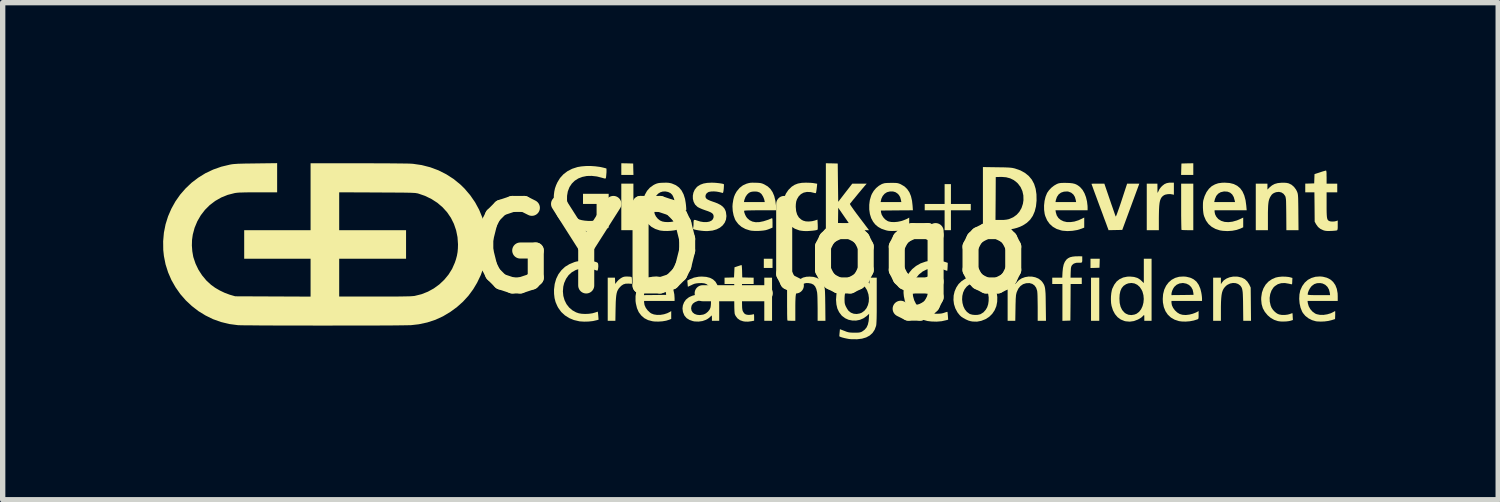
<source format=kicad_pcb>
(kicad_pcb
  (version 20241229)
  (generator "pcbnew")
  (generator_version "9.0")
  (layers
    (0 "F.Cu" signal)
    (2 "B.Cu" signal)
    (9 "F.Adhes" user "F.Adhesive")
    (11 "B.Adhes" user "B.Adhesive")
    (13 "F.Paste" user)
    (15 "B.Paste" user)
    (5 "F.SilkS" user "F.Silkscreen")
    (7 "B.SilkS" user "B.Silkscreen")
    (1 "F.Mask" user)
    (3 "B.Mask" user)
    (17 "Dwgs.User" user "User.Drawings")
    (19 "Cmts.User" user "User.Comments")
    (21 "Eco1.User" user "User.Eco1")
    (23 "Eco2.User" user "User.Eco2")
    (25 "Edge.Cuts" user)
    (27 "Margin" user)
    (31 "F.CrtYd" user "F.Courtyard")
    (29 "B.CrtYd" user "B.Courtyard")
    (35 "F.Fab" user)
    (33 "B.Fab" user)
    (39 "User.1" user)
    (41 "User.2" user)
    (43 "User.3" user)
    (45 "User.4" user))
  (footprint "GYD_logo"
    (layer "F.Cu")
    (at 10.957 1.597)
    (property "Reference" "GYD_logo" (at 0 0 0) (layer "F.SilkS") (effects (font (size 1.524 1.524) (thickness 0.3))))
    (attr board_only exclude_from_pos_files exclude_from_bom)
    (fp_poly (pts (xy -2.166 -0.344) (xy -2.392 -0.344) (xy -2.392 -1.214) (xy -2.166 -1.214)) (stroke (width 0) (type solid)) (fill yes) (layer "F.SilkS"))
    (fp_poly (pts (xy 0.426 1.35) (xy 0.281 1.35) (xy 0.281 0.544) (xy 0.426 0.544)) (stroke (width 0) (type solid)) (fill yes) (layer "F.SilkS"))
    (fp_poly (pts (xy 0.435 0.362) (xy 0.272 0.362) (xy 0.272 0.19) (xy 0.435 0.19)) (stroke (width 0) (type solid)) (fill yes) (layer "F.SilkS"))
    (fp_poly (pts (xy 6.543 1.35) (xy 6.389 1.35) (xy 6.389 0.544) (xy 6.543 0.544)) (stroke (width 0) (type solid)) (fill yes) (layer "F.SilkS"))
    (fp_poly (pts (xy -2.281 -1.593) (xy -2.17 -1.59) (xy -2.168 -1.484) (xy -2.165 -1.377) (xy -2.392 -1.377) (xy -2.392 -1.595)) (stroke (width 0) (type solid)) (fill yes) (layer "F.SilkS"))
    (fp_poly (pts (xy 6.55 0.274) (xy 6.547 0.358) (xy 6.463 0.361) (xy 6.379 0.363) (xy 6.379 0.19) (xy 6.552 0.19)) (stroke (width 0) (type solid)) (fill yes) (layer "F.SilkS"))
    (fp_poly (pts (xy 8.301 -1.377) (xy 8.073 -1.377) (xy 8.076 -1.484) (xy 8.079 -1.59) (xy 8.19 -1.593) (xy 8.301 -1.595)) (stroke (width 0) (type solid)) (fill yes) (layer "F.SilkS"))
    (fp_poly (pts (xy 3.77 -0.834) (xy 4.141 -0.834) (xy 4.141 -0.716) (xy 3.77 -0.716) (xy 3.77 -0.344) (xy 3.652 -0.344) (xy 3.652 -0.716) (xy 3.28 -0.716) (xy 3.28 -0.834) (xy 3.652 -0.834) (xy 3.652 -1.205) (xy 3.77 -1.205)) (stroke (width 0) (type solid)) (fill yes) (layer "F.SilkS"))
    (fp_poly (pts (xy 8.301 -0.344) (xy 8.193 -0.344) (xy 8.151 -0.345) (xy 8.115 -0.346) (xy 8.09 -0.348) (xy 8.08 -0.35) (xy 8.079 -0.36) (xy 8.078 -0.387) (xy 8.077 -0.428) (xy 8.076 -0.481) (xy 8.075 -0.546) (xy 8.074 -0.619) (xy 8.074 -0.7) (xy 8.074 -0.785) (xy 8.074 -1.214) (xy 8.301 -1.214)) (stroke (width 0) (type solid)) (fill yes) (layer "F.SilkS"))
    (fp_poly (pts (xy 7.938 -1.006) (xy 7.913 -1.012) (xy 7.869 -1.019) (xy 7.822 -1.017) (xy 7.78 -1.009) (xy 7.754 -0.998) (xy 7.729 -0.98) (xy 7.708 -0.958) (xy 7.692 -0.93) (xy 7.679 -0.895) (xy 7.67 -0.851) (xy 7.664 -0.796) (xy 7.66 -0.727) (xy 7.658 -0.644) (xy 7.657 -0.573) (xy 7.657 -0.344) (xy 7.431 -0.344) (xy 7.431 -1.214) (xy 7.63 -1.214) (xy 7.631 -1.121) (xy 7.631 -1.081) (xy 7.632 -1.056) (xy 7.634 -1.045) (xy 7.638 -1.046) (xy 7.642 -1.056) (xy 7.666 -1.107) (xy 7.697 -1.149) (xy 7.721 -1.173) (xy 7.762 -1.205) (xy 7.803 -1.223) (xy 7.851 -1.232) (xy 7.879 -1.232) (xy 7.938 -1.232)) (stroke (width 0) (type solid)) (fill yes) (layer "F.SilkS"))
    (fp_poly (pts (xy -2.244 0.524) (xy -2.217 0.527) (xy -2.203 0.53) (xy -2.202 0.53) (xy -2.197 0.541) (xy -2.194 0.566) (xy -2.193 0.597) (xy -2.193 0.659) (xy -2.255 0.655) (xy -2.31 0.656) (xy -2.355 0.67) (xy -2.396 0.698) (xy -2.423 0.727) (xy -2.443 0.751) (xy -2.458 0.777) (xy -2.471 0.806) (xy -2.48 0.84) (xy -2.487 0.882) (xy -2.492 0.935) (xy -2.496 1) (xy -2.498 1.08) (xy -2.499 1.117) (xy -2.503 1.35) (xy -2.646 1.35) (xy -2.646 0.544) (xy -2.511 0.544) (xy -2.508 0.603) (xy -2.506 0.662) (xy -2.474 0.619) (xy -2.443 0.586) (xy -2.405 0.557) (xy -2.393 0.549) (xy -2.364 0.534) (xy -2.339 0.526) (xy -2.31 0.523) (xy -2.277 0.523)) (stroke (width 0) (type solid)) (fill yes) (layer "F.SilkS"))
    (fp_poly (pts (xy 1.543 -1.593) (xy 1.654 -1.59) (xy 1.658 -1.232) (xy 1.663 -0.874) (xy 1.794 -1.044) (xy 1.926 -1.214) (xy 2.061 -1.214) (xy 2.196 -1.214) (xy 2.178 -1.194) (xy 2.164 -1.178) (xy 2.142 -1.152) (xy 2.113 -1.118) (xy 2.08 -1.078) (xy 2.044 -1.035) (xy 2.008 -0.991) (xy 1.973 -0.948) (xy 1.94 -0.909) (xy 1.914 -0.876) (xy 1.894 -0.852) (xy 1.883 -0.838) (xy 1.882 -0.836) (xy 1.885 -0.826) (xy 1.899 -0.802) (xy 1.924 -0.766) (xy 1.958 -0.718) (xy 2.001 -0.659) (xy 2.053 -0.59) (xy 2.057 -0.585) (xy 2.239 -0.344) (xy 1.951 -0.344) (xy 1.807 -0.554) (xy 1.663 -0.763) (xy 1.66 -0.554) (xy 1.658 -0.344) (xy 1.432 -0.344) (xy 1.432 -1.595)) (stroke (width 0) (type solid)) (fill yes) (layer "F.SilkS"))
    (fp_poly (pts (xy 6.178 0.144) (xy 6.225 0.145) (xy 6.225 0.194) (xy 6.225 0.23) (xy 6.221 0.252) (xy 6.211 0.262) (xy 6.192 0.265) (xy 6.169 0.264) (xy 6.112 0.266) (xy 6.067 0.281) (xy 6.035 0.308) (xy 6.033 0.311) (xy 6.024 0.326) (xy 6.018 0.343) (xy 6.013 0.367) (xy 6.011 0.4) (xy 6.009 0.442) (xy 6.006 0.544) (xy 6.216 0.544) (xy 6.216 0.662) (xy 6.008 0.662) (xy 6.006 1.004) (xy 6.003 1.346) (xy 5.854 1.351) (xy 5.854 0.662) (xy 5.664 0.662) (xy 5.664 0.544) (xy 5.851 0.544) (xy 5.856 0.442) (xy 5.864 0.363) (xy 5.878 0.298) (xy 5.899 0.248) (xy 5.928 0.208) (xy 5.931 0.204) (xy 5.961 0.18) (xy 5.997 0.162) (xy 6.042 0.151) (xy 6.098 0.145) (xy 6.169 0.144)) (stroke (width 0) (type solid)) (fill yes) (layer "F.SilkS"))
    (fp_poly (pts (xy 6.741 -0.913) (xy 6.765 -0.842) (xy 6.788 -0.777) (xy 6.808 -0.719) (xy 6.825 -0.67) (xy 6.838 -0.632) (xy 6.847 -0.608) (xy 6.851 -0.599) (xy 6.855 -0.604) (xy 6.865 -0.625) (xy 6.879 -0.662) (xy 6.897 -0.713) (xy 6.92 -0.777) (xy 6.946 -0.854) (xy 6.961 -0.9) (xy 7.064 -1.214) (xy 7.178 -1.214) (xy 7.292 -1.214) (xy 6.973 -0.349) (xy 6.717 -0.344) (xy 6.708 -0.369) (xy 6.703 -0.382) (xy 6.692 -0.411) (xy 6.677 -0.453) (xy 6.657 -0.507) (xy 6.633 -0.57) (xy 6.607 -0.642) (xy 6.578 -0.72) (xy 6.548 -0.8) (xy 6.518 -0.881) (xy 6.49 -0.957) (xy 6.464 -1.027) (xy 6.442 -1.087) (xy 6.424 -1.137) (xy 6.41 -1.176) (xy 6.401 -1.2) (xy 6.398 -1.21) (xy 6.398 -1.21) (xy 6.406 -1.212) (xy 6.429 -1.213) (xy 6.464 -1.214) (xy 6.507 -1.214) (xy 6.518 -1.214) (xy 6.638 -1.214)) (stroke (width 0) (type solid)) (fill yes) (layer "F.SilkS"))
    (fp_poly (pts (xy 9.138 0.526) (xy 9.208 0.543) (xy 9.265 0.572) (xy 9.311 0.616) (xy 9.348 0.673) (xy 9.351 0.68) (xy 9.374 0.729) (xy 9.38 1.35) (xy 9.235 1.35) (xy 9.232 1.072) (xy 9.231 0.985) (xy 9.229 0.914) (xy 9.227 0.858) (xy 9.224 0.813) (xy 9.219 0.778) (xy 9.213 0.751) (xy 9.205 0.73) (xy 9.195 0.713) (xy 9.183 0.697) (xy 9.177 0.69) (xy 9.139 0.662) (xy 9.093 0.646) (xy 9.042 0.643) (xy 8.99 0.653) (xy 8.941 0.676) (xy 8.915 0.695) (xy 8.889 0.722) (xy 8.868 0.75) (xy 8.851 0.783) (xy 8.838 0.823) (xy 8.829 0.871) (xy 8.823 0.93) (xy 8.819 1.001) (xy 8.817 1.088) (xy 8.817 1.135) (xy 8.817 1.35) (xy 8.672 1.35) (xy 8.672 0.544) (xy 8.817 0.544) (xy 8.817 0.605) (xy 8.817 0.666) (xy 8.834 0.638) (xy 8.87 0.595) (xy 8.92 0.561) (xy 8.979 0.537) (xy 9.045 0.524) (xy 9.115 0.524)) (stroke (width 0) (type solid)) (fill yes) (layer "F.SilkS"))
    (fp_poly (pts (xy 5.285 0.524) (xy 5.348 0.537) (xy 5.406 0.561) (xy 5.455 0.598) (xy 5.479 0.625) (xy 5.494 0.648) (xy 5.507 0.669) (xy 5.517 0.692) (xy 5.525 0.719) (xy 5.531 0.751) (xy 5.535 0.791) (xy 5.539 0.841) (xy 5.541 0.903) (xy 5.542 0.98) (xy 5.543 1.058) (xy 5.547 1.35) (xy 5.392 1.35) (xy 5.392 1.092) (xy 5.391 1.017) (xy 5.39 0.948) (xy 5.389 0.888) (xy 5.387 0.84) (xy 5.384 0.805) (xy 5.382 0.789) (xy 5.363 0.732) (xy 5.332 0.689) (xy 5.291 0.66) (xy 5.241 0.646) (xy 5.238 0.645) (xy 5.175 0.648) (xy 5.118 0.666) (xy 5.07 0.7) (xy 5.03 0.749) (xy 5.002 0.81) (xy 5.001 0.812) (xy 4.995 0.833) (xy 4.99 0.853) (xy 4.986 0.877) (xy 4.984 0.905) (xy 4.981 0.942) (xy 4.98 0.989) (xy 4.978 1.049) (xy 4.977 1.112) (xy 4.973 1.35) (xy 4.83 1.35) (xy 4.83 0.544) (xy 4.975 0.544) (xy 4.975 0.665) (xy 4.997 0.635) (xy 5.041 0.59) (xy 5.094 0.556) (xy 5.155 0.534) (xy 5.22 0.523)) (stroke (width 0) (type solid)) (fill yes) (layer "F.SilkS"))
    (fp_poly (pts (xy -0.141 0.317) (xy -0.138 0.34) (xy -0.136 0.374) (xy -0.134 0.417) (xy -0.134 0.424) (xy -0.131 0.539) (xy -0.025 0.542) (xy 0.082 0.544) (xy 0.082 0.662) (xy -0.136 0.662) (xy -0.136 0.899) (xy -0.136 0.972) (xy -0.135 1.03) (xy -0.134 1.074) (xy -0.133 1.107) (xy -0.13 1.131) (xy -0.127 1.15) (xy -0.123 1.164) (xy -0.118 1.175) (xy -0.095 1.211) (xy -0.064 1.232) (xy -0.021 1.24) (xy 0.008 1.239) (xy 0.039 1.236) (xy 0.065 1.231) (xy 0.075 1.228) (xy 0.083 1.226) (xy 0.088 1.232) (xy 0.09 1.249) (xy 0.091 1.28) (xy 0.091 1.285) (xy 0.091 1.348) (xy 0.039 1.358) (xy -0.021 1.366) (xy -0.078 1.365) (xy -0.116 1.359) (xy -0.173 1.339) (xy -0.22 1.305) (xy -0.255 1.259) (xy -0.271 1.224) (xy -0.274 1.204) (xy -0.277 1.165) (xy -0.279 1.109) (xy -0.28 1.037) (xy -0.281 0.947) (xy -0.281 0.927) (xy -0.281 0.662) (xy -0.462 0.662) (xy -0.462 0.544) (xy -0.374 0.542) (xy -0.285 0.539) (xy -0.276 0.35) (xy -0.213 0.329) (xy -0.182 0.319) (xy -0.157 0.311) (xy -0.144 0.308) (xy -0.143 0.308)) (stroke (width 0) (type solid)) (fill yes) (layer "F.SilkS"))
    (fp_poly (pts (xy 10.786 -1.453) (xy 10.79 -1.435) (xy 10.792 -1.404) (xy 10.792 -1.356) (xy 10.793 -1.337) (xy 10.793 -1.214) (xy 10.992 -1.214) (xy 10.992 -1.051) (xy 10.793 -1.051) (xy 10.793 -0.82) (xy 10.793 -0.74) (xy 10.794 -0.677) (xy 10.796 -0.627) (xy 10.799 -0.59) (xy 10.804 -0.563) (xy 10.811 -0.543) (xy 10.821 -0.529) (xy 10.833 -0.52) (xy 10.839 -0.516) (xy 10.865 -0.508) (xy 10.9 -0.505) (xy 10.938 -0.507) (xy 10.971 -0.514) (xy 10.976 -0.516) (xy 11.001 -0.525) (xy 11.001 -0.436) (xy 11.001 -0.394) (xy 10.999 -0.367) (xy 10.995 -0.351) (xy 10.99 -0.342) (xy 10.985 -0.34) (xy 10.97 -0.337) (xy 10.941 -0.334) (xy 10.903 -0.331) (xy 10.874 -0.33) (xy 10.825 -0.328) (xy 10.79 -0.33) (xy 10.761 -0.334) (xy 10.734 -0.342) (xy 10.732 -0.342) (xy 10.676 -0.369) (xy 10.633 -0.404) (xy 10.599 -0.451) (xy 10.597 -0.454) (xy 10.57 -0.503) (xy 10.568 -0.777) (xy 10.565 -1.051) (xy 10.394 -1.051) (xy 10.394 -1.214) (xy 10.478 -1.216) (xy 10.561 -1.219) (xy 10.564 -1.305) (xy 10.567 -1.392) (xy 10.669 -1.425) (xy 10.71 -1.439) (xy 10.745 -1.449) (xy 10.77 -1.456) (xy 10.782 -1.459)) (stroke (width 0) (type solid)) (fill yes) (layer "F.SilkS"))
    (fp_poly (pts (xy 10.025 0.525) (xy 10.085 0.531) (xy 10.108 0.536) (xy 10.154 0.549) (xy 10.151 0.607) (xy 10.15 0.637) (xy 10.148 0.659) (xy 10.146 0.668) (xy 10.136 0.667) (xy 10.114 0.663) (xy 10.09 0.657) (xy 10.013 0.644) (xy 9.943 0.647) (xy 9.881 0.666) (xy 9.827 0.701) (xy 9.8 0.727) (xy 9.763 0.784) (xy 9.739 0.85) (xy 9.728 0.921) (xy 9.731 0.994) (xy 9.747 1.065) (xy 9.764 1.106) (xy 9.791 1.146) (xy 9.827 1.184) (xy 9.866 1.214) (xy 9.903 1.231) (xy 9.953 1.24) (xy 10.011 1.241) (xy 10.067 1.234) (xy 10.105 1.224) (xy 10.131 1.214) (xy 10.149 1.208) (xy 10.154 1.208) (xy 10.156 1.217) (xy 10.158 1.24) (xy 10.159 1.271) (xy 10.159 1.272) (xy 10.163 1.335) (xy 10.127 1.347) (xy 10.089 1.356) (xy 10.039 1.362) (xy 9.985 1.364) (xy 9.933 1.363) (xy 9.89 1.357) (xy 9.886 1.357) (xy 9.814 1.333) (xy 9.75 1.297) (xy 9.691 1.247) (xy 9.638 1.183) (xy 9.6 1.114) (xy 9.578 1.038) (xy 9.57 0.953) (xy 9.571 0.912) (xy 9.584 0.823) (xy 9.612 0.744) (xy 9.653 0.674) (xy 9.707 0.616) (xy 9.773 0.571) (xy 9.84 0.542) (xy 9.895 0.53) (xy 9.959 0.524)) (stroke (width 0) (type solid)) (fill yes) (layer "F.SilkS"))
    (fp_poly (pts (xy 10.044 -1.228) (xy 10.077 -1.221) (xy 10.087 -1.218) (xy 10.138 -1.193) (xy 10.184 -1.153) (xy 10.222 -1.102) (xy 10.241 -1.064) (xy 10.246 -1.05) (xy 10.251 -1.036) (xy 10.254 -1.02) (xy 10.257 -1.002) (xy 10.259 -0.977) (xy 10.261 -0.945) (xy 10.262 -0.904) (xy 10.263 -0.851) (xy 10.264 -0.785) (xy 10.265 -0.703) (xy 10.265 -0.677) (xy 10.268 -0.344) (xy 10.041 -0.344) (xy 10.039 -0.646) (xy 10.038 -0.728) (xy 10.037 -0.795) (xy 10.036 -0.847) (xy 10.035 -0.887) (xy 10.033 -0.918) (xy 10.03 -0.94) (xy 10.027 -0.957) (xy 10.024 -0.97) (xy 10.019 -0.981) (xy 10.018 -0.983) (xy 9.989 -1.023) (xy 9.949 -1.049) (xy 9.903 -1.06) (xy 9.853 -1.055) (xy 9.825 -1.046) (xy 9.79 -1.028) (xy 9.764 -1.004) (xy 9.741 -0.968) (xy 9.737 -0.961) (xy 9.725 -0.935) (xy 9.716 -0.909) (xy 9.709 -0.879) (xy 9.704 -0.843) (xy 9.7 -0.799) (xy 9.698 -0.744) (xy 9.696 -0.676) (xy 9.696 -0.593) (xy 9.696 -0.584) (xy 9.696 -0.344) (xy 9.469 -0.344) (xy 9.469 -1.214) (xy 9.687 -1.214) (xy 9.687 -1.103) (xy 9.725 -1.142) (xy 9.772 -1.181) (xy 9.822 -1.208) (xy 9.88 -1.224) (xy 9.951 -1.231) (xy 9.952 -1.231) (xy 10.004 -1.231)) (stroke (width 0) (type solid)) (fill yes) (layer "F.SilkS"))
    (fp_poly (pts (xy 4.633 -1.52) (xy 4.711 -1.519) (xy 4.773 -1.518) (xy 4.823 -1.516) (xy 4.862 -1.514) (xy 4.893 -1.511) (xy 4.918 -1.508) (xy 4.941 -1.503) (xy 4.963 -1.498) (xy 4.97 -1.496) (xy 5.07 -1.461) (xy 5.155 -1.414) (xy 5.225 -1.357) (xy 5.282 -1.289) (xy 5.325 -1.209) (xy 5.354 -1.117) (xy 5.369 -1.014) (xy 5.371 -0.898) (xy 5.371 -0.897) (xy 5.36 -0.789) (xy 5.336 -0.694) (xy 5.3 -0.611) (xy 5.251 -0.54) (xy 5.189 -0.481) (xy 5.115 -0.433) (xy 5.062 -0.408) (xy 5.007 -0.388) (xy 4.948 -0.372) (xy 4.881 -0.36) (xy 4.804 -0.352) (xy 4.716 -0.347) (xy 4.613 -0.345) (xy 4.56 -0.344) (xy 4.368 -0.344) (xy 4.368 -0.535) (xy 4.603 -0.535) (xy 4.702 -0.535) (xy 4.76 -0.536) (xy 4.807 -0.541) (xy 4.847 -0.549) (xy 4.86 -0.553) (xy 4.934 -0.585) (xy 4.998 -0.631) (xy 5.05 -0.689) (xy 5.09 -0.759) (xy 5.116 -0.838) (xy 5.126 -0.905) (xy 5.124 -0.993) (xy 5.106 -1.075) (xy 5.072 -1.15) (xy 5.022 -1.216) (xy 5.005 -1.233) (xy 4.945 -1.28) (xy 4.878 -1.313) (xy 4.802 -1.333) (xy 4.715 -1.34) (xy 4.683 -1.339) (xy 4.608 -1.337) (xy 4.606 -0.936) (xy 4.603 -0.535) (xy 4.368 -0.535) (xy 4.368 -1.524)) (stroke (width 0) (type solid)) (fill yes) (layer "F.SilkS"))
    (fp_poly (pts (xy 1.105 -1.231) (xy 1.153 -1.229) (xy 1.195 -1.225) (xy 1.212 -1.222) (xy 1.27 -1.212) (xy 1.265 -1.161) (xy 1.259 -1.11) (xy 1.254 -1.075) (xy 1.25 -1.053) (xy 1.246 -1.04) (xy 1.241 -1.036) (xy 1.234 -1.036) (xy 1.229 -1.037) (xy 1.149 -1.056) (xy 1.078 -1.059) (xy 1.017 -1.046) (xy 0.966 -1.018) (xy 0.923 -0.975) (xy 0.918 -0.966) (xy 0.893 -0.924) (xy 0.878 -0.881) (xy 0.871 -0.832) (xy 0.869 -0.781) (xy 0.876 -0.702) (xy 0.895 -0.636) (xy 0.927 -0.582) (xy 0.972 -0.542) (xy 1.006 -0.523) (xy 1.054 -0.509) (xy 1.112 -0.506) (xy 1.174 -0.512) (xy 1.22 -0.523) (xy 1.275 -0.541) (xy 1.28 -0.45) (xy 1.281 -0.404) (xy 1.28 -0.371) (xy 1.277 -0.354) (xy 1.275 -0.352) (xy 1.258 -0.346) (xy 1.227 -0.34) (xy 1.187 -0.335) (xy 1.143 -0.331) (xy 1.098 -0.328) (xy 1.058 -0.327) (xy 1.014 -0.329) (xy 0.971 -0.334) (xy 0.935 -0.34) (xy 0.933 -0.341) (xy 0.852 -0.371) (xy 0.783 -0.414) (xy 0.726 -0.47) (xy 0.682 -0.538) (xy 0.652 -0.619) (xy 0.635 -0.71) (xy 0.631 -0.779) (xy 0.637 -0.874) (xy 0.654 -0.956) (xy 0.686 -1.029) (xy 0.73 -1.094) (xy 0.741 -1.106) (xy 0.792 -1.156) (xy 0.848 -1.192) (xy 0.91 -1.216) (xy 0.982 -1.229) (xy 1.057 -1.232)) (stroke (width 0) (type solid)) (fill yes) (layer "F.SilkS"))
    (fp_poly (pts (xy 1.2 0.529) (xy 1.259 0.546) (xy 1.309 0.575) (xy 1.343 0.606) (xy 1.362 0.628) (xy 1.377 0.647) (xy 1.389 0.667) (xy 1.399 0.69) (xy 1.406 0.717) (xy 1.411 0.75) (xy 1.415 0.792) (xy 1.417 0.845) (xy 1.419 0.911) (xy 1.42 0.991) (xy 1.421 1.044) (xy 1.424 1.35) (xy 1.278 1.35) (xy 1.278 1.112) (xy 1.277 1.045) (xy 1.276 0.98) (xy 1.275 0.922) (xy 1.273 0.872) (xy 1.27 0.835) (xy 1.268 0.817) (xy 1.253 0.754) (xy 1.231 0.707) (xy 1.2 0.674) (xy 1.158 0.654) (xy 1.106 0.645) (xy 1.069 0.644) (xy 1.042 0.649) (xy 1.014 0.659) (xy 0.998 0.668) (xy 0.948 0.703) (xy 0.909 0.752) (xy 0.883 0.814) (xy 0.875 0.842) (xy 0.87 0.869) (xy 0.866 0.902) (xy 0.864 0.943) (xy 0.862 0.994) (xy 0.861 1.06) (xy 0.861 1.128) (xy 0.861 1.35) (xy 0.79 1.35) (xy 0.756 1.349) (xy 0.729 1.348) (xy 0.714 1.345) (xy 0.713 1.344) (xy 0.712 1.334) (xy 0.71 1.308) (xy 0.709 1.267) (xy 0.708 1.214) (xy 0.708 1.15) (xy 0.707 1.077) (xy 0.707 0.998) (xy 0.707 0.941) (xy 0.707 0.544) (xy 0.852 0.544) (xy 0.852 0.662) (xy 0.899 0.614) (xy 0.95 0.571) (xy 1.005 0.542) (xy 1.068 0.527) (xy 1.128 0.524)) (stroke (width 0) (type solid)) (fill yes) (layer "F.SilkS"))
    (fp_poly (pts (xy -1.661 0.53) (xy -1.593 0.552) (xy -1.534 0.585) (xy -1.51 0.605) (xy -1.473 0.652) (xy -1.441 0.712) (xy -1.416 0.782) (xy -1.401 0.856) (xy -1.396 0.928) (xy -1.396 0.979) (xy -1.966 0.979) (xy -1.966 1.004) (xy -1.958 1.055) (xy -1.935 1.107) (xy -1.9 1.155) (xy -1.856 1.196) (xy -1.833 1.212) (xy -1.784 1.231) (xy -1.725 1.24) (xy -1.66 1.239) (xy -1.594 1.228) (xy -1.532 1.208) (xy -1.488 1.186) (xy -1.459 1.167) (xy -1.459 1.315) (xy -1.493 1.329) (xy -1.553 1.348) (xy -1.624 1.36) (xy -1.7 1.365) (xy -1.775 1.363) (xy -1.812 1.358) (xy -1.892 1.337) (xy -1.962 1.301) (xy -2.019 1.251) (xy -2.066 1.189) (xy -2.099 1.114) (xy -2.12 1.026) (xy -2.126 0.98) (xy -2.126 0.888) (xy -2.123 0.87) (xy -1.969 0.87) (xy -1.761 0.868) (xy -1.554 0.865) (xy -1.557 0.834) (xy -1.569 0.775) (xy -1.596 0.724) (xy -1.634 0.683) (xy -1.682 0.656) (xy -1.732 0.645) (xy -1.787 0.646) (xy -1.838 0.66) (xy -1.869 0.677) (xy -1.904 0.709) (xy -1.934 0.753) (xy -1.955 0.802) (xy -1.963 0.832) (xy -1.969 0.87) (xy -2.123 0.87) (xy -2.112 0.803) (xy -2.084 0.727) (xy -2.043 0.661) (xy -1.99 0.606) (xy -1.927 0.563) (xy -1.853 0.535) (xy -1.811 0.526) (xy -1.735 0.521)) (stroke (width 0) (type solid)) (fill yes) (layer "F.SilkS"))
    (fp_poly (pts (xy 8.979 -1.226) (xy 9.056 -1.207) (xy 9.122 -1.174) (xy 9.177 -1.128) (xy 9.221 -1.067) (xy 9.254 -0.993) (xy 9.278 -0.903) (xy 9.292 -0.798) (xy 9.292 -0.795) (xy 9.299 -0.716) (xy 8.699 -0.716) (xy 8.699 -0.686) (xy 8.708 -0.642) (xy 8.73 -0.597) (xy 8.764 -0.557) (xy 8.77 -0.551) (xy 8.823 -0.518) (xy 8.885 -0.499) (xy 8.956 -0.494) (xy 9.033 -0.503) (xy 9.115 -0.526) (xy 9.168 -0.548) (xy 9.234 -0.579) (xy 9.234 -0.398) (xy 9.185 -0.375) (xy 9.111 -0.349) (xy 9.028 -0.333) (xy 8.939 -0.327) (xy 8.852 -0.332) (xy 8.799 -0.34) (xy 8.716 -0.367) (xy 8.644 -0.407) (xy 8.584 -0.46) (xy 8.537 -0.526) (xy 8.503 -0.605) (xy 8.495 -0.632) (xy 8.489 -0.666) (xy 8.484 -0.711) (xy 8.481 -0.762) (xy 8.481 -0.813) (xy 8.482 -0.858) (xy 8.484 -0.87) (xy 8.692 -0.87) (xy 9.081 -0.87) (xy 9.075 -0.899) (xy 9.057 -0.963) (xy 9.028 -1.012) (xy 8.99 -1.045) (xy 8.941 -1.064) (xy 8.882 -1.068) (xy 8.871 -1.067) (xy 8.813 -1.054) (xy 8.766 -1.026) (xy 8.73 -0.984) (xy 8.706 -0.928) (xy 8.701 -0.908) (xy 8.692 -0.87) (xy 8.484 -0.87) (xy 8.486 -0.891) (xy 8.486 -0.893) (xy 8.512 -0.98) (xy 8.548 -1.056) (xy 8.594 -1.119) (xy 8.646 -1.167) (xy 8.65 -1.169) (xy 8.706 -1.2) (xy 8.767 -1.221) (xy 8.839 -1.231) (xy 8.891 -1.232)) (stroke (width 0) (type solid)) (fill yes) (layer "F.SilkS"))
    (fp_poly (pts (xy 5.987 -1.226) (xy 6.042 -1.22) (xy 6.088 -1.209) (xy 6.128 -1.191) (xy 6.166 -1.165) (xy 6.189 -1.145) (xy 6.231 -1.097) (xy 6.267 -1.034) (xy 6.295 -0.961) (xy 6.314 -0.881) (xy 6.324 -0.797) (xy 6.325 -0.765) (xy 6.325 -0.716) (xy 5.725 -0.716) (xy 5.731 -0.677) (xy 5.748 -0.62) (xy 5.779 -0.572) (xy 5.822 -0.536) (xy 5.875 -0.51) (xy 5.936 -0.496) (xy 6.004 -0.495) (xy 6.077 -0.505) (xy 6.154 -0.529) (xy 6.209 -0.554) (xy 6.262 -0.58) (xy 6.262 -0.392) (xy 6.214 -0.373) (xy 6.132 -0.347) (xy 6.041 -0.332) (xy 5.948 -0.327) (xy 5.859 -0.334) (xy 5.83 -0.34) (xy 5.748 -0.366) (xy 5.676 -0.407) (xy 5.616 -0.461) (xy 5.568 -0.528) (xy 5.534 -0.607) (xy 5.523 -0.645) (xy 5.512 -0.723) (xy 5.511 -0.806) (xy 5.518 -0.87) (xy 5.725 -0.87) (xy 6.11 -0.87) (xy 6.104 -0.907) (xy 6.087 -0.966) (xy 6.058 -1.012) (xy 6.018 -1.045) (xy 5.969 -1.064) (xy 5.945 -1.068) (xy 5.882 -1.064) (xy 5.828 -1.046) (xy 5.784 -1.013) (xy 5.752 -0.966) (xy 5.732 -0.907) (xy 5.731 -0.903) (xy 5.725 -0.87) (xy 5.518 -0.87) (xy 5.52 -0.89) (xy 5.539 -0.969) (xy 5.567 -1.038) (xy 5.57 -1.043) (xy 5.603 -1.09) (xy 5.647 -1.137) (xy 5.698 -1.177) (xy 5.743 -1.203) (xy 5.765 -1.213) (xy 5.786 -1.22) (xy 5.808 -1.224) (xy 5.836 -1.227) (xy 5.875 -1.228) (xy 5.917 -1.228)) (stroke (width 0) (type solid)) (fill yes) (layer "F.SilkS"))
    (fp_poly (pts (xy -3.006 0.229) (xy -2.947 0.234) (xy -2.896 0.242) (xy -2.856 0.254) (xy -2.834 0.266) (xy -2.827 0.279) (xy -2.823 0.304) (xy -2.822 0.333) (xy -2.825 0.364) (xy -2.829 0.391) (xy -2.836 0.409) (xy -2.844 0.413) (xy -2.86 0.408) (xy -2.887 0.399) (xy -2.913 0.389) (xy -2.995 0.369) (xy -3.081 0.365) (xy -3.163 0.375) (xy -3.246 0.402) (xy -3.318 0.443) (xy -3.378 0.498) (xy -3.425 0.565) (xy -3.46 0.643) (xy -3.477 0.711) (xy -3.484 0.8) (xy -3.476 0.885) (xy -3.453 0.965) (xy -3.417 1.038) (xy -3.368 1.101) (xy -3.308 1.153) (xy -3.238 1.192) (xy -3.186 1.21) (xy -3.131 1.219) (xy -3.066 1.222) (xy -2.998 1.219) (xy -2.934 1.21) (xy -2.887 1.197) (xy -2.859 1.188) (xy -2.839 1.181) (xy -2.831 1.18) (xy -2.83 1.19) (xy -2.827 1.213) (xy -2.824 1.245) (xy -2.823 1.256) (xy -2.817 1.329) (xy -2.852 1.339) (xy -2.922 1.355) (xy -3.003 1.364) (xy -3.087 1.366) (xy -3.167 1.361) (xy -3.179 1.359) (xy -3.278 1.336) (xy -3.367 1.299) (xy -3.447 1.248) (xy -3.515 1.185) (xy -3.57 1.109) (xy -3.589 1.074) (xy -3.621 1) (xy -3.64 0.926) (xy -3.649 0.847) (xy -3.65 0.766) (xy -3.637 0.661) (xy -3.61 0.566) (xy -3.568 0.48) (xy -3.512 0.405) (xy -3.444 0.341) (xy -3.362 0.291) (xy -3.269 0.253) (xy -3.239 0.244) (xy -3.188 0.235) (xy -3.13 0.229) (xy -3.068 0.227)) (stroke (width 0) (type solid)) (fill yes) (layer "F.SilkS"))
    (fp_poly (pts (xy 7.521 1.35) (xy 7.385 1.35) (xy 7.385 1.296) (xy 7.385 1.267) (xy 7.383 1.247) (xy 7.38 1.241) (xy 7.372 1.248) (xy 7.357 1.263) (xy 7.352 1.268) (xy 7.333 1.286) (xy 7.303 1.306) (xy 7.269 1.325) (xy 7.265 1.327) (xy 7.191 1.355) (xy 7.115 1.366) (xy 7.04 1.36) (xy 7.014 1.354) (xy 6.945 1.326) (xy 6.886 1.283) (xy 6.837 1.225) (xy 6.799 1.154) (xy 6.773 1.072) (xy 6.764 1.019) (xy 6.761 0.958) (xy 6.761 0.933) (xy 6.92 0.933) (xy 6.925 1.018) (xy 6.942 1.089) (xy 6.971 1.148) (xy 7.012 1.195) (xy 7.04 1.216) (xy 7.089 1.237) (xy 7.144 1.243) (xy 7.2 1.234) (xy 7.241 1.218) (xy 7.287 1.183) (xy 7.325 1.134) (xy 7.352 1.076) (xy 7.369 1.011) (xy 7.375 0.942) (xy 7.369 0.872) (xy 7.351 0.805) (xy 7.335 0.771) (xy 7.299 0.717) (xy 7.254 0.677) (xy 7.202 0.652) (xy 7.145 0.643) (xy 7.087 0.65) (xy 7.044 0.666) (xy 6.997 0.697) (xy 6.962 0.739) (xy 6.938 0.793) (xy 6.924 0.86) (xy 6.92 0.933) (xy 6.761 0.933) (xy 6.762 0.894) (xy 6.768 0.832) (xy 6.778 0.779) (xy 6.786 0.751) (xy 6.823 0.675) (xy 6.868 0.615) (xy 6.924 0.571) (xy 6.989 0.541) (xy 7.065 0.525) (xy 7.118 0.523) (xy 7.192 0.53) (xy 7.254 0.548) (xy 7.307 0.58) (xy 7.335 0.605) (xy 7.376 0.646) (xy 7.376 0.19) (xy 7.521 0.19)) (stroke (width 0) (type solid)) (fill yes) (layer "F.SilkS"))
    (fp_poly (pts (xy 4.348 0.536) (xy 4.417 0.561) (xy 4.446 0.576) (xy 4.512 0.627) (xy 4.565 0.69) (xy 4.604 0.764) (xy 4.629 0.848) (xy 4.637 0.907) (xy 4.635 0.994) (xy 4.619 1.077) (xy 4.587 1.153) (xy 4.542 1.22) (xy 4.485 1.276) (xy 4.418 1.319) (xy 4.337 1.351) (xy 4.258 1.366) (xy 4.177 1.364) (xy 4.141 1.358) (xy 4.098 1.346) (xy 4.049 1.324) (xy 4.001 1.298) (xy 3.961 1.271) (xy 3.959 1.269) (xy 3.935 1.246) (xy 3.91 1.215) (xy 3.892 1.192) (xy 3.852 1.117) (xy 3.827 1.038) (xy 3.817 0.957) (xy 3.818 0.951) (xy 3.979 0.951) (xy 3.986 1.017) (xy 4.003 1.08) (xy 4.03 1.136) (xy 4.068 1.183) (xy 4.115 1.218) (xy 4.127 1.224) (xy 4.169 1.236) (xy 4.219 1.241) (xy 4.27 1.239) (xy 4.315 1.229) (xy 4.327 1.224) (xy 4.378 1.192) (xy 4.42 1.145) (xy 4.448 1.097) (xy 4.466 1.042) (xy 4.475 0.979) (xy 4.476 0.913) (xy 4.467 0.852) (xy 4.458 0.822) (xy 4.426 0.756) (xy 4.384 0.705) (xy 4.334 0.669) (xy 4.276 0.648) (xy 4.229 0.644) (xy 4.166 0.651) (xy 4.113 0.673) (xy 4.064 0.712) (xy 4.025 0.762) (xy 3.998 0.821) (xy 3.983 0.885) (xy 3.979 0.951) (xy 3.818 0.951) (xy 3.821 0.877) (xy 3.839 0.8) (xy 3.87 0.728) (xy 3.913 0.663) (xy 3.969 0.609) (xy 4.035 0.566) (xy 4.044 0.561) (xy 4.115 0.537) (xy 4.193 0.524) (xy 4.272 0.524)) (stroke (width 0) (type solid)) (fill yes) (layer "F.SilkS"))
    (fp_poly (pts (xy 8.168 0.526) (xy 8.244 0.544) (xy 8.308 0.575) (xy 8.361 0.619) (xy 8.402 0.678) (xy 8.433 0.751) (xy 8.45 0.82) (xy 8.457 0.861) (xy 8.462 0.902) (xy 8.464 0.934) (xy 8.464 0.934) (xy 8.464 0.979) (xy 7.893 0.979) (xy 7.893 1.013) (xy 7.901 1.06) (xy 7.924 1.109) (xy 7.958 1.155) (xy 8.001 1.195) (xy 8.047 1.223) (xy 8.099 1.238) (xy 8.161 1.242) (xy 8.229 1.234) (xy 8.288 1.219) (xy 8.324 1.206) (xy 8.355 1.193) (xy 8.376 1.182) (xy 8.378 1.181) (xy 8.4 1.167) (xy 8.4 1.241) (xy 8.4 1.277) (xy 8.398 1.3) (xy 8.394 1.312) (xy 8.386 1.32) (xy 8.375 1.324) (xy 8.309 1.345) (xy 8.235 1.359) (xy 8.158 1.365) (xy 8.086 1.363) (xy 8.033 1.356) (xy 7.951 1.329) (xy 7.882 1.289) (xy 7.825 1.236) (xy 7.781 1.171) (xy 7.75 1.094) (xy 7.733 1.007) (xy 7.73 0.941) (xy 7.735 0.87) (xy 7.893 0.87) (xy 8.099 0.868) (xy 8.305 0.865) (xy 8.302 0.829) (xy 8.289 0.769) (xy 8.261 0.719) (xy 8.221 0.68) (xy 8.17 0.655) (xy 8.111 0.644) (xy 8.102 0.644) (xy 8.043 0.652) (xy 7.99 0.676) (xy 7.948 0.714) (xy 7.947 0.714) (xy 7.925 0.748) (xy 7.906 0.789) (xy 7.895 0.829) (xy 7.893 0.849) (xy 7.893 0.87) (xy 7.735 0.87) (xy 7.737 0.85) (xy 7.758 0.767) (xy 7.793 0.694) (xy 7.839 0.633) (xy 7.895 0.584) (xy 7.962 0.548) (xy 8.036 0.527) (xy 8.118 0.522)) (stroke (width 0) (type solid)) (fill yes) (layer "F.SilkS"))
    (fp_poly (pts (xy 10.723 0.526) (xy 10.798 0.545) (xy 10.862 0.577) (xy 10.915 0.623) (xy 10.956 0.682) (xy 10.984 0.753) (xy 10.999 0.836) (xy 11.001 0.889) (xy 11.001 0.979) (xy 10.437 0.979) (xy 10.442 1.02) (xy 10.459 1.079) (xy 10.489 1.133) (xy 10.531 1.18) (xy 10.58 1.215) (xy 10.609 1.227) (xy 10.668 1.239) (xy 10.735 1.24) (xy 10.805 1.229) (xy 10.872 1.209) (xy 10.918 1.186) (xy 10.938 1.175) (xy 10.951 1.169) (xy 10.952 1.169) (xy 10.954 1.177) (xy 10.954 1.2) (xy 10.954 1.231) (xy 10.954 1.243) (xy 10.951 1.318) (xy 10.883 1.339) (xy 10.824 1.353) (xy 10.755 1.362) (xy 10.684 1.365) (xy 10.619 1.362) (xy 10.593 1.359) (xy 10.521 1.338) (xy 10.454 1.304) (xy 10.396 1.259) (xy 10.351 1.205) (xy 10.335 1.178) (xy 10.306 1.106) (xy 10.288 1.025) (xy 10.281 0.941) (xy 10.285 0.86) (xy 10.285 0.858) (xy 10.439 0.858) (xy 10.442 0.862) (xy 10.454 0.865) (xy 10.475 0.867) (xy 10.508 0.869) (xy 10.554 0.87) (xy 10.616 0.87) (xy 10.649 0.87) (xy 10.858 0.87) (xy 10.853 0.827) (xy 10.837 0.765) (xy 10.808 0.715) (xy 10.768 0.677) (xy 10.718 0.653) (xy 10.674 0.645) (xy 10.614 0.647) (xy 10.563 0.664) (xy 10.518 0.697) (xy 10.503 0.713) (xy 10.479 0.747) (xy 10.458 0.787) (xy 10.444 0.827) (xy 10.439 0.858) (xy 10.285 0.858) (xy 10.3 0.786) (xy 10.302 0.779) (xy 10.337 0.702) (xy 10.384 0.637) (xy 10.442 0.585) (xy 10.51 0.549) (xy 10.586 0.527) (xy 10.67 0.521)) (stroke (width 0) (type solid)) (fill yes) (layer "F.SilkS"))
    (fp_poly (pts (xy 3.544 0.231) (xy 3.602 0.237) (xy 3.649 0.246) (xy 3.661 0.25) (xy 3.711 0.267) (xy 3.708 0.34) (xy 3.706 0.374) (xy 3.704 0.4) (xy 3.702 0.414) (xy 3.702 0.415) (xy 3.692 0.414) (xy 3.671 0.407) (xy 3.641 0.396) (xy 3.638 0.394) (xy 3.556 0.371) (xy 3.473 0.363) (xy 3.39 0.371) (xy 3.311 0.393) (xy 3.239 0.43) (xy 3.176 0.481) (xy 3.17 0.487) (xy 3.121 0.547) (xy 3.086 0.609) (xy 3.065 0.678) (xy 3.055 0.758) (xy 3.054 0.798) (xy 3.061 0.887) (xy 3.083 0.966) (xy 3.12 1.04) (xy 3.126 1.048) (xy 3.166 1.1) (xy 3.213 1.141) (xy 3.271 1.177) (xy 3.296 1.19) (xy 3.322 1.202) (xy 3.344 1.21) (xy 3.365 1.215) (xy 3.392 1.217) (xy 3.427 1.218) (xy 3.475 1.218) (xy 3.529 1.218) (xy 3.569 1.216) (xy 3.601 1.212) (xy 3.628 1.205) (xy 3.647 1.199) (xy 3.676 1.189) (xy 3.697 1.183) (xy 3.705 1.183) (xy 3.707 1.192) (xy 3.709 1.216) (xy 3.712 1.248) (xy 3.713 1.257) (xy 3.718 1.329) (xy 3.682 1.339) (xy 3.597 1.358) (xy 3.502 1.366) (xy 3.405 1.363) (xy 3.331 1.354) (xy 3.235 1.328) (xy 3.146 1.285) (xy 3.067 1.228) (xy 3.041 1.203) (xy 2.983 1.136) (xy 2.94 1.063) (xy 2.909 0.982) (xy 2.89 0.891) (xy 2.884 0.829) (xy 2.886 0.726) (xy 2.904 0.629) (xy 2.937 0.539) (xy 2.985 0.457) (xy 3.045 0.385) (xy 3.118 0.325) (xy 3.202 0.277) (xy 3.296 0.244) (xy 3.312 0.24) (xy 3.36 0.232) (xy 3.418 0.228) (xy 3.481 0.228)) (stroke (width 0) (type solid)) (fill yes) (layer "F.SilkS"))
    (fp_poly (pts (xy -2.879 -1.538) (xy -2.795 -1.527) (xy -2.773 -1.523) (xy -2.733 -1.514) (xy -2.701 -1.506) (xy -2.679 -1.5) (xy -2.671 -1.497) (xy -2.669 -1.485) (xy -2.669 -1.461) (xy -2.669 -1.428) (xy -2.672 -1.392) (xy -2.675 -1.358) (xy -2.678 -1.331) (xy -2.682 -1.315) (xy -2.683 -1.314) (xy -2.691 -1.309) (xy -2.709 -1.311) (xy -2.741 -1.32) (xy -2.747 -1.322) (xy -2.848 -1.348) (xy -2.945 -1.359) (xy -3.036 -1.357) (xy -3.12 -1.34) (xy -3.196 -1.311) (xy -3.262 -1.269) (xy -3.317 -1.215) (xy -3.361 -1.149) (xy -3.391 -1.072) (xy -3.393 -1.064) (xy -3.406 -0.987) (xy -3.407 -0.905) (xy -3.397 -0.824) (xy -3.375 -0.748) (xy -3.35 -0.695) (xy -3.317 -0.651) (xy -3.274 -0.607) (xy -3.225 -0.57) (xy -3.178 -0.544) (xy -3.174 -0.543) (xy -3.13 -0.531) (xy -3.074 -0.522) (xy -3.012 -0.517) (xy -2.95 -0.517) (xy -2.904 -0.521) (xy -2.854 -0.527) (xy -2.854 -0.834) (xy -3.108 -0.834) (xy -3.108 -1.024) (xy -2.628 -1.024) (xy -2.63 -0.705) (xy -2.632 -0.386) (xy -2.696 -0.37) (xy -2.802 -0.348) (xy -2.91 -0.333) (xy -3.014 -0.328) (xy -3.112 -0.331) (xy -3.177 -0.34) (xy -3.284 -0.367) (xy -3.378 -0.407) (xy -3.459 -0.46) (xy -3.529 -0.526) (xy -3.581 -0.598) (xy -3.614 -0.664) (xy -3.637 -0.736) (xy -3.65 -0.817) (xy -3.655 -0.911) (xy -3.655 -0.92) (xy -3.653 -0.999) (xy -3.645 -1.065) (xy -3.632 -1.126) (xy -3.611 -1.185) (xy -3.586 -1.24) (xy -3.537 -1.32) (xy -3.474 -1.389) (xy -3.398 -1.447) (xy -3.31 -1.492) (xy -3.211 -1.524) (xy -3.14 -1.536) (xy -3.057 -1.543) (xy -2.968 -1.544)) (stroke (width 0) (type solid)) (fill yes) (layer "F.SilkS"))
    (fp_poly (pts (xy 2.705 -1.228) (xy 2.741 -1.227) (xy 2.768 -1.224) (xy 2.789 -1.219) (xy 2.81 -1.212) (xy 2.835 -1.201) (xy 2.838 -1.199) (xy 2.901 -1.162) (xy 2.952 -1.113) (xy 2.993 -1.053) (xy 3.023 -0.98) (xy 3.043 -0.893) (xy 3.053 -0.804) (xy 3.059 -0.716) (xy 2.759 -0.714) (xy 2.46 -0.711) (xy 2.463 -0.68) (xy 2.476 -0.633) (xy 2.503 -0.587) (xy 2.54 -0.546) (xy 2.584 -0.516) (xy 2.606 -0.507) (xy 2.654 -0.497) (xy 2.713 -0.495) (xy 2.776 -0.501) (xy 2.838 -0.514) (xy 2.859 -0.52) (xy 2.897 -0.534) (xy 2.932 -0.548) (xy 2.957 -0.56) (xy 2.961 -0.562) (xy 2.99 -0.579) (xy 2.99 -0.392) (xy 2.947 -0.374) (xy 2.906 -0.357) (xy 2.867 -0.346) (xy 2.827 -0.338) (xy 2.78 -0.333) (xy 2.723 -0.33) (xy 2.67 -0.329) (xy 2.629 -0.33) (xy 2.595 -0.333) (xy 2.562 -0.34) (xy 2.549 -0.344) (xy 2.472 -0.37) (xy 2.408 -0.406) (xy 2.355 -0.451) (xy 2.315 -0.502) (xy 2.279 -0.569) (xy 2.255 -0.647) (xy 2.243 -0.731) (xy 2.243 -0.819) (xy 2.249 -0.87) (xy 2.456 -0.87) (xy 2.843 -0.87) (xy 2.835 -0.911) (xy 2.821 -0.962) (xy 2.797 -1.003) (xy 2.769 -1.031) (xy 2.732 -1.055) (xy 2.689 -1.067) (xy 2.636 -1.068) (xy 2.627 -1.067) (xy 2.575 -1.054) (xy 2.53 -1.025) (xy 2.494 -0.983) (xy 2.469 -0.93) (xy 2.462 -0.899) (xy 2.456 -0.87) (xy 2.249 -0.87) (xy 2.254 -0.906) (xy 2.278 -0.988) (xy 2.292 -1.021) (xy 2.326 -1.078) (xy 2.371 -1.131) (xy 2.423 -1.174) (xy 2.476 -1.205) (xy 2.48 -1.207) (xy 2.504 -1.215) (xy 2.527 -1.222) (xy 2.554 -1.225) (xy 2.589 -1.227) (xy 2.636 -1.228) (xy 2.655 -1.228)) (stroke (width 0) (type solid)) (fill yes) (layer "F.SilkS"))
    (fp_poly (pts (xy 0.103 -1.231) (xy 0.12 -1.231) (xy 0.167 -1.229) (xy 0.202 -1.226) (xy 0.229 -1.22) (xy 0.254 -1.212) (xy 0.282 -1.199) (xy 0.345 -1.162) (xy 0.396 -1.114) (xy 0.436 -1.055) (xy 0.467 -0.982) (xy 0.488 -0.896) (xy 0.501 -0.795) (xy 0.501 -0.786) (xy 0.506 -0.716) (xy 0.208 -0.716) (xy 0.137 -0.716) (xy 0.071 -0.715) (xy 0.013 -0.714) (xy -0.034 -0.713) (xy -0.069 -0.711) (xy -0.09 -0.709) (xy -0.094 -0.708) (xy -0.096 -0.691) (xy -0.089 -0.665) (xy -0.077 -0.633) (xy -0.061 -0.601) (xy -0.042 -0.574) (xy -0.038 -0.569) (xy 0.007 -0.53) (xy 0.058 -0.505) (xy 0.119 -0.493) (xy 0.188 -0.495) (xy 0.267 -0.511) (xy 0.357 -0.54) (xy 0.424 -0.568) (xy 0.429 -0.566) (xy 0.433 -0.553) (xy 0.434 -0.526) (xy 0.435 -0.483) (xy 0.435 -0.482) (xy 0.435 -0.392) (xy 0.392 -0.374) (xy 0.349 -0.357) (xy 0.31 -0.345) (xy 0.269 -0.338) (xy 0.22 -0.333) (xy 0.172 -0.33) (xy 0.101 -0.33) (xy 0.044 -0.334) (xy 0.01 -0.34) (xy -0.072 -0.366) (xy -0.145 -0.406) (xy -0.205 -0.458) (xy -0.252 -0.52) (xy -0.267 -0.548) (xy -0.293 -0.621) (xy -0.309 -0.702) (xy -0.314 -0.786) (xy -0.31 -0.842) (xy -0.305 -0.87) (xy -0.099 -0.87) (xy 0.29 -0.87) (xy 0.284 -0.899) (xy 0.278 -0.924) (xy 0.265 -0.956) (xy 0.255 -0.978) (xy 0.227 -1.022) (xy 0.191 -1.05) (xy 0.145 -1.065) (xy 0.09 -1.067) (xy 0.049 -1.063) (xy 0.018 -1.054) (xy -0.008 -1.04) (xy -0.041 -1.009) (xy -0.07 -0.966) (xy -0.089 -0.917) (xy -0.094 -0.899) (xy -0.099 -0.87) (xy -0.305 -0.87) (xy -0.299 -0.911) (xy -0.285 -0.967) (xy -0.265 -1.016) (xy -0.239 -1.062) (xy -0.233 -1.071) (xy -0.181 -1.134) (xy -0.119 -1.182) (xy -0.048 -1.214) (xy -0.043 -1.215) (xy -0.01 -1.224) (xy 0.021 -1.23) (xy 0.057 -1.232)) (stroke (width 0) (type solid)) (fill yes) (layer "F.SilkS"))
    (fp_poly (pts (xy -0.804 0.529) (xy -0.734 0.547) (xy -0.677 0.577) (xy -0.632 0.619) (xy -0.599 0.675) (xy -0.578 0.744) (xy -0.571 0.793) (xy -0.568 0.825) (xy -0.566 0.871) (xy -0.564 0.929) (xy -0.563 0.994) (xy -0.562 1.062) (xy -0.562 1.112) (xy -0.562 1.35) (xy -0.698 1.35) (xy -0.698 1.3) (xy -0.699 1.273) (xy -0.701 1.255) (xy -0.703 1.251) (xy -0.711 1.257) (xy -0.726 1.272) (xy -0.731 1.277) (xy -0.751 1.295) (xy -0.781 1.316) (xy -0.81 1.332) (xy -0.875 1.355) (xy -0.948 1.365) (xy -1.023 1.362) (xy -1.053 1.356) (xy -1.117 1.334) (xy -1.17 1.301) (xy -1.209 1.256) (xy -1.215 1.246) (xy -1.24 1.185) (xy -1.248 1.123) (xy -1.248 1.117) (xy -1.087 1.117) (xy -1.079 1.16) (xy -1.057 1.195) (xy -1.022 1.222) (xy -0.977 1.238) (xy -0.925 1.243) (xy -0.867 1.235) (xy -0.848 1.23) (xy -0.81 1.211) (xy -0.773 1.18) (xy -0.743 1.143) (xy -0.727 1.109) (xy -0.721 1.079) (xy -0.717 1.04) (xy -0.716 1.016) (xy -0.716 0.961) (xy -0.8 0.961) (xy -0.887 0.965) (xy -0.958 0.978) (xy -1.014 1) (xy -1.055 1.03) (xy -1.079 1.069) (xy -1.087 1.116) (xy -1.087 1.117) (xy -1.248 1.117) (xy -1.241 1.062) (xy -1.219 1.005) (xy -1.184 0.955) (xy -1.135 0.915) (xy -1.112 0.902) (xy -1.062 0.881) (xy -1.012 0.867) (xy -0.957 0.857) (xy -0.892 0.853) (xy -0.836 0.852) (xy -0.716 0.852) (xy -0.716 0.826) (xy -0.721 0.786) (xy -0.734 0.744) (xy -0.752 0.708) (xy -0.77 0.686) (xy -0.803 0.663) (xy -0.841 0.65) (xy -0.887 0.645) (xy -0.94 0.646) (xy -0.985 0.65) (xy -1.021 0.657) (xy -1.055 0.67) (xy -1.081 0.683) (xy -1.112 0.697) (xy -1.135 0.708) (xy -1.146 0.713) (xy -1.147 0.713) (xy -1.149 0.704) (xy -1.151 0.682) (xy -1.153 0.654) (xy -1.158 0.598) (xy -1.116 0.576) (xy -1.034 0.543) (xy -0.947 0.526) (xy -0.888 0.523)) (stroke (width 0) (type solid)) (fill yes) (layer "F.SilkS"))
    (fp_poly (pts (xy -0.704 -1.232) (xy -0.656 -1.231) (xy -0.607 -1.227) (xy -0.561 -1.222) (xy -0.521 -1.216) (xy -0.491 -1.21) (xy -0.475 -1.203) (xy -0.475 -1.203) (xy -0.473 -1.192) (xy -0.474 -1.168) (xy -0.476 -1.134) (xy -0.477 -1.118) (xy -0.482 -1.078) (xy -0.487 -1.053) (xy -0.492 -1.042) (xy -0.498 -1.04) (xy -0.513 -1.044) (xy -0.54 -1.051) (xy -0.561 -1.056) (xy -0.61 -1.065) (xy -0.662 -1.069) (xy -0.712 -1.067) (xy -0.753 -1.06) (xy -0.768 -1.054) (xy -0.797 -1.033) (xy -0.815 -1.003) (xy -0.819 -0.972) (xy -0.816 -0.957) (xy -0.807 -0.94) (xy -0.791 -0.925) (xy -0.767 -0.911) (xy -0.731 -0.895) (xy -0.681 -0.877) (xy -0.669 -0.873) (xy -0.594 -0.845) (xy -0.536 -0.815) (xy -0.493 -0.782) (xy -0.462 -0.745) (xy -0.442 -0.702) (xy -0.436 -0.68) (xy -0.427 -0.608) (xy -0.435 -0.542) (xy -0.459 -0.484) (xy -0.497 -0.433) (xy -0.548 -0.391) (xy -0.611 -0.359) (xy -0.686 -0.337) (xy -0.772 -0.328) (xy -0.802 -0.327) (xy -0.849 -0.329) (xy -0.9 -0.334) (xy -0.942 -0.34) (xy -0.988 -0.348) (xy -1.019 -0.355) (xy -1.038 -0.361) (xy -1.048 -0.367) (xy -1.05 -0.375) (xy -1.049 -0.387) (xy -1.048 -0.391) (xy -1.044 -0.416) (xy -1.042 -0.45) (xy -1.042 -0.47) (xy -1.041 -0.507) (xy -1.036 -0.529) (xy -1.025 -0.537) (xy -1.004 -0.534) (xy -0.982 -0.526) (xy -0.914 -0.505) (xy -0.851 -0.495) (xy -0.795 -0.495) (xy -0.746 -0.504) (xy -0.707 -0.522) (xy -0.68 -0.549) (xy -0.667 -0.584) (xy -0.666 -0.598) (xy -0.669 -0.623) (xy -0.678 -0.644) (xy -0.697 -0.663) (xy -0.726 -0.68) (xy -0.769 -0.698) (xy -0.822 -0.716) (xy -0.877 -0.736) (xy -0.924 -0.756) (xy -0.959 -0.774) (xy -0.972 -0.783) (xy -1.013 -0.823) (xy -1.04 -0.874) (xy -1.054 -0.93) (xy -1.055 -0.988) (xy -1.044 -1.046) (xy -1.02 -1.1) (xy -0.983 -1.147) (xy -0.963 -1.165) (xy -0.913 -1.195) (xy -0.856 -1.216) (xy -0.788 -1.228) (xy -0.707 -1.232)) (stroke (width 0) (type solid)) (fill yes) (layer "F.SilkS"))
    (fp_poly (pts (xy -1.518 -1.231) (xy -1.486 -1.226) (xy -1.455 -1.219) (xy -1.443 -1.215) (xy -1.372 -1.185) (xy -1.313 -1.142) (xy -1.265 -1.085) (xy -1.228 -1.014) (xy -1.201 -0.929) (xy -1.188 -0.852) (xy -1.183 -0.812) (xy -1.18 -0.776) (xy -1.178 -0.75) (xy -1.178 -0.746) (xy -1.178 -0.716) (xy -1.776 -0.716) (xy -1.776 -0.697) (xy -1.768 -0.648) (xy -1.745 -0.601) (xy -1.71 -0.558) (xy -1.668 -0.525) (xy -1.627 -0.507) (xy -1.58 -0.498) (xy -1.525 -0.495) (xy -1.468 -0.498) (xy -1.419 -0.506) (xy -1.414 -0.507) (xy -1.385 -0.517) (xy -1.348 -0.531) (xy -1.309 -0.547) (xy -1.307 -0.549) (xy -1.241 -0.579) (xy -1.241 -0.489) (xy -1.242 -0.446) (xy -1.245 -0.416) (xy -1.253 -0.395) (xy -1.27 -0.381) (xy -1.298 -0.369) (xy -1.34 -0.355) (xy -1.346 -0.353) (xy -1.399 -0.341) (xy -1.462 -0.333) (xy -1.53 -0.329) (xy -1.597 -0.33) (xy -1.654 -0.336) (xy -1.673 -0.339) (xy -1.758 -0.367) (xy -1.831 -0.408) (xy -1.891 -0.462) (xy -1.939 -0.528) (xy -1.973 -0.606) (xy -1.98 -0.63) (xy -1.988 -0.677) (xy -1.992 -0.735) (xy -1.993 -0.797) (xy -1.99 -0.858) (xy -1.984 -0.898) (xy -1.776 -0.898) (xy -1.775 -0.886) (xy -1.767 -0.878) (xy -1.751 -0.873) (xy -1.724 -0.871) (xy -1.684 -0.87) (xy -1.629 -0.87) (xy -1.586 -0.87) (xy -1.52 -0.87) (xy -1.471 -0.871) (xy -1.436 -0.872) (xy -1.413 -0.874) (xy -1.4 -0.877) (xy -1.396 -0.881) (xy -1.396 -0.882) (xy -1.4 -0.907) (xy -1.41 -0.941) (xy -1.424 -0.975) (xy -1.439 -1.003) (xy -1.441 -1.006) (xy -1.473 -1.037) (xy -1.517 -1.058) (xy -1.567 -1.068) (xy -1.618 -1.066) (xy -1.663 -1.052) (xy -1.703 -1.027) (xy -1.738 -0.99) (xy -1.762 -0.95) (xy -1.766 -0.936) (xy -1.773 -0.914) (xy -1.776 -0.898) (xy -1.984 -0.898) (xy -1.982 -0.911) (xy -1.98 -0.922) (xy -1.952 -1.006) (xy -1.911 -1.079) (xy -1.858 -1.139) (xy -1.793 -1.186) (xy -1.769 -1.199) (xy -1.74 -1.212) (xy -1.714 -1.22) (xy -1.687 -1.226) (xy -1.653 -1.229) (xy -1.606 -1.231) (xy -1.556 -1.232)) (stroke (width 0) (type solid)) (fill yes) (layer "F.SilkS"))
    (fp_poly (pts (xy 2.075 0.53) (xy 2.09 0.533) (xy 2.138 0.554) (xy 2.185 0.585) (xy 2.222 0.621) (xy 2.224 0.625) (xy 2.247 0.656) (xy 2.247 0.544) (xy 2.383 0.544) (xy 2.383 0.972) (xy 2.383 1.079) (xy 2.383 1.17) (xy 2.382 1.245) (xy 2.381 1.306) (xy 2.379 1.355) (xy 2.377 1.392) (xy 2.375 1.42) (xy 2.372 1.439) (xy 2.371 1.445) (xy 2.344 1.518) (xy 2.304 1.578) (xy 2.251 1.626) (xy 2.186 1.661) (xy 2.108 1.684) (xy 2.016 1.695) (xy 1.911 1.694) (xy 1.894 1.693) (xy 1.857 1.689) (xy 1.816 1.681) (xy 1.775 1.672) (xy 1.737 1.662) (xy 1.707 1.652) (xy 1.688 1.643) (xy 1.684 1.638) (xy 1.684 1.626) (xy 1.686 1.601) (xy 1.689 1.569) (xy 1.689 1.569) (xy 1.695 1.507) (xy 1.779 1.539) (xy 1.817 1.554) (xy 1.847 1.563) (xy 1.875 1.568) (xy 1.908 1.571) (xy 1.95 1.572) (xy 1.966 1.572) (xy 2.014 1.572) (xy 2.048 1.57) (xy 2.072 1.566) (xy 2.091 1.56) (xy 2.107 1.553) (xy 2.155 1.519) (xy 2.192 1.476) (xy 2.217 1.422) (xy 2.232 1.355) (xy 2.236 1.305) (xy 2.241 1.219) (xy 2.194 1.262) (xy 2.134 1.304) (xy 2.068 1.332) (xy 1.997 1.346) (xy 1.926 1.345) (xy 1.856 1.331) (xy 1.792 1.302) (xy 1.736 1.26) (xy 1.724 1.248) (xy 1.679 1.188) (xy 1.647 1.121) (xy 1.629 1.044) (xy 1.622 0.956) (xy 1.622 0.949) (xy 1.623 0.942) (xy 1.781 0.942) (xy 1.782 0.986) (xy 1.784 1.017) (xy 1.79 1.043) (xy 1.8 1.07) (xy 1.806 1.083) (xy 1.824 1.116) (xy 1.843 1.146) (xy 1.856 1.163) (xy 1.9 1.198) (xy 1.952 1.218) (xy 2.009 1.223) (xy 2.067 1.213) (xy 2.104 1.198) (xy 2.152 1.163) (xy 2.191 1.115) (xy 2.218 1.058) (xy 2.234 0.994) (xy 2.237 0.925) (xy 2.228 0.856) (xy 2.205 0.787) (xy 2.197 0.77) (xy 2.161 0.715) (xy 2.116 0.675) (xy 2.062 0.651) (xy 2.005 0.644) (xy 1.948 0.652) (xy 1.897 0.677) (xy 1.853 0.717) (xy 1.817 0.772) (xy 1.803 0.803) (xy 1.791 0.837) (xy 1.785 0.871) (xy 1.782 0.913) (xy 1.781 0.942) (xy 1.623 0.942) (xy 1.629 0.858) (xy 1.649 0.775) (xy 1.682 0.701) (xy 1.725 0.637) (xy 1.779 0.586) (xy 1.842 0.549) (xy 1.855 0.543) (xy 1.904 0.531) (xy 1.962 0.524) (xy 2.022 0.524)) (stroke (width 0) (type solid)) (fill yes) (layer "F.SilkS"))
    (fp_poly (pts (xy -8.826 -1.051) (xy -9.188 -1.051) (xy -9.286 -1.051) (xy -9.368 -1.051) (xy -9.435 -1.05) (xy -9.49 -1.048) (xy -9.534 -1.047) (xy -9.57 -1.044) (xy -9.598 -1.041) (xy -9.621 -1.037) (xy -9.75 -1.004) (xy -9.871 -0.955) (xy -9.983 -0.891) (xy -10.085 -0.814) (xy -10.175 -0.724) (xy -10.253 -0.623) (xy -10.318 -0.511) (xy -10.369 -0.389) (xy -10.403 -0.262) (xy -10.417 -0.163) (xy -10.42 -0.057) (xy -10.412 0.051) (xy -10.394 0.154) (xy -10.39 0.168) (xy -10.351 0.283) (xy -10.297 0.396) (xy -10.228 0.502) (xy -10.148 0.598) (xy -10.06 0.679) (xy -9.985 0.733) (xy -9.897 0.784) (xy -9.805 0.828) (xy -9.713 0.862) (xy -9.696 0.867) (xy -9.61 0.892) (xy -8.201 0.898) (xy -8.201 0.19) (xy -9.442 0.19) (xy -9.442 -0.344) (xy -8.201 -0.344) (xy -8.201 -1.052) (xy -7.666 -1.052) (xy -7.666 -0.344) (xy -6.416 -0.344) (xy -6.416 0.19) (xy -7.666 0.19) (xy -7.666 0.897) (xy -6.997 0.897) (xy -6.865 0.897) (xy -6.75 0.897) (xy -6.651 0.897) (xy -6.566 0.896) (xy -6.494 0.895) (xy -6.433 0.894) (xy -6.384 0.893) (xy -6.343 0.892) (xy -6.31 0.89) (xy -6.284 0.888) (xy -6.263 0.886) (xy -6.252 0.884) (xy -6.127 0.853) (xy -6.008 0.806) (xy -5.897 0.745) (xy -5.794 0.67) (xy -5.702 0.583) (xy -5.622 0.486) (xy -5.555 0.379) (xy -5.504 0.263) (xy -5.484 0.204) (xy -5.465 0.133) (xy -5.453 0.066) (xy -5.447 -0.003) (xy -5.445 -0.079) (xy -5.454 -0.213) (xy -5.48 -0.341) (xy -5.521 -0.461) (xy -5.577 -0.574) (xy -5.648 -0.678) (xy -5.733 -0.772) (xy -5.83 -0.855) (xy -5.94 -0.926) (xy -6.061 -0.985) (xy -6.18 -1.026) (xy -6.193 -1.03) (xy -6.206 -1.033) (xy -6.22 -1.035) (xy -6.236 -1.038) (xy -6.257 -1.04) (xy -6.282 -1.041) (xy -6.314 -1.043) (xy -6.354 -1.044) (xy -6.402 -1.045) (xy -6.461 -1.046) (xy -6.532 -1.046) (xy -6.615 -1.047) (xy -6.713 -1.048) (xy -6.826 -1.048) (xy -6.956 -1.049) (xy -6.957 -1.049) (xy -7.666 -1.052) (xy -8.201 -1.052) (xy -8.201 -1.595) (xy -7.297 -1.595) (xy -7.135 -1.595) (xy -6.985 -1.594) (xy -6.848 -1.594) (xy -6.723 -1.593) (xy -6.613 -1.592) (xy -6.517 -1.591) (xy -6.436 -1.59) (xy -6.371 -1.589) (xy -6.323 -1.587) (xy -6.292 -1.585) (xy -6.289 -1.585) (xy -6.124 -1.561) (xy -5.964 -1.52) (xy -5.811 -1.463) (xy -5.666 -1.39) (xy -5.529 -1.302) (xy -5.402 -1.199) (xy -5.325 -1.124) (xy -5.218 -0.999) (xy -5.126 -0.866) (xy -5.05 -0.726) (xy -4.99 -0.58) (xy -4.946 -0.43) (xy -4.917 -0.277) (xy -4.905 -0.122) (xy -4.909 0.034) (xy -4.929 0.19) (xy -4.965 0.343) (xy -5.018 0.493) (xy -5.088 0.639) (xy -5.161 0.761) (xy -5.251 0.883) (xy -5.351 0.992) (xy -5.463 1.092) (xy -5.587 1.183) (xy -5.725 1.266) (xy -5.869 1.332) (xy -6.019 1.381) (xy -6.177 1.415) (xy -6.316 1.431) (xy -6.339 1.433) (xy -6.379 1.433) (xy -6.435 1.434) (xy -6.505 1.435) (xy -6.588 1.436) (xy -6.684 1.437) (xy -6.791 1.437) (xy -6.907 1.438) (xy -7.032 1.438) (xy -7.165 1.439) (xy -7.304 1.439) (xy -7.448 1.439) (xy -7.595 1.439) (xy -7.746 1.439) (xy -7.898 1.44) (xy -8.05 1.44) (xy -8.202 1.439) (xy -8.351 1.439) (xy -8.497 1.439) (xy -8.639 1.439) (xy -8.775 1.438) (xy -8.905 1.438) (xy -9.026 1.437) (xy -9.139 1.437) (xy -9.241 1.436) (xy -9.331 1.435) (xy -9.409 1.435) (xy -9.473 1.434) (xy -9.521 1.433) (xy -9.554 1.432) (xy -9.565 1.431) (xy -9.724 1.41) (xy -9.878 1.372) (xy -10.026 1.319) (xy -10.166 1.25) (xy -10.298 1.169) (xy -10.421 1.074) (xy -10.534 0.968) (xy -10.636 0.851) (xy -10.725 0.724) (xy -10.802 0.589) (xy -10.864 0.446) (xy -10.912 0.295) (xy -10.943 0.139) (xy -10.955 0.027) (xy -10.957 -0.137) (xy -10.943 -0.297) (xy -10.912 -0.453) (xy -10.865 -0.603) (xy -10.803 -0.746) (xy -10.728 -0.881) (xy -10.639 -1.008) (xy -10.537 -1.125) (xy -10.424 -1.232) (xy -10.3 -1.326) (xy -10.166 -1.409) (xy -10.022 -1.477) (xy -9.869 -1.531) (xy -9.71 -1.569) (xy -9.683 -1.574) (xy -9.656 -1.578) (xy -9.626 -1.581) (xy -9.592 -1.583) (xy -9.552 -1.586) (xy -9.502 -1.587) (xy -9.442 -1.589) (xy -9.37 -1.59) (xy -9.282 -1.591) (xy -9.218 -1.592) (xy -8.826 -1.597)) (stroke (width 0) (type solid)) (fill yes) (layer "F.SilkS")))
  (gr_rect
    (start -3 -3)
    (end 24.958 6.292)
    (stroke (width 0.1) (type default))
    (fill no)
    (layer "Edge.Cuts")))
</source>
